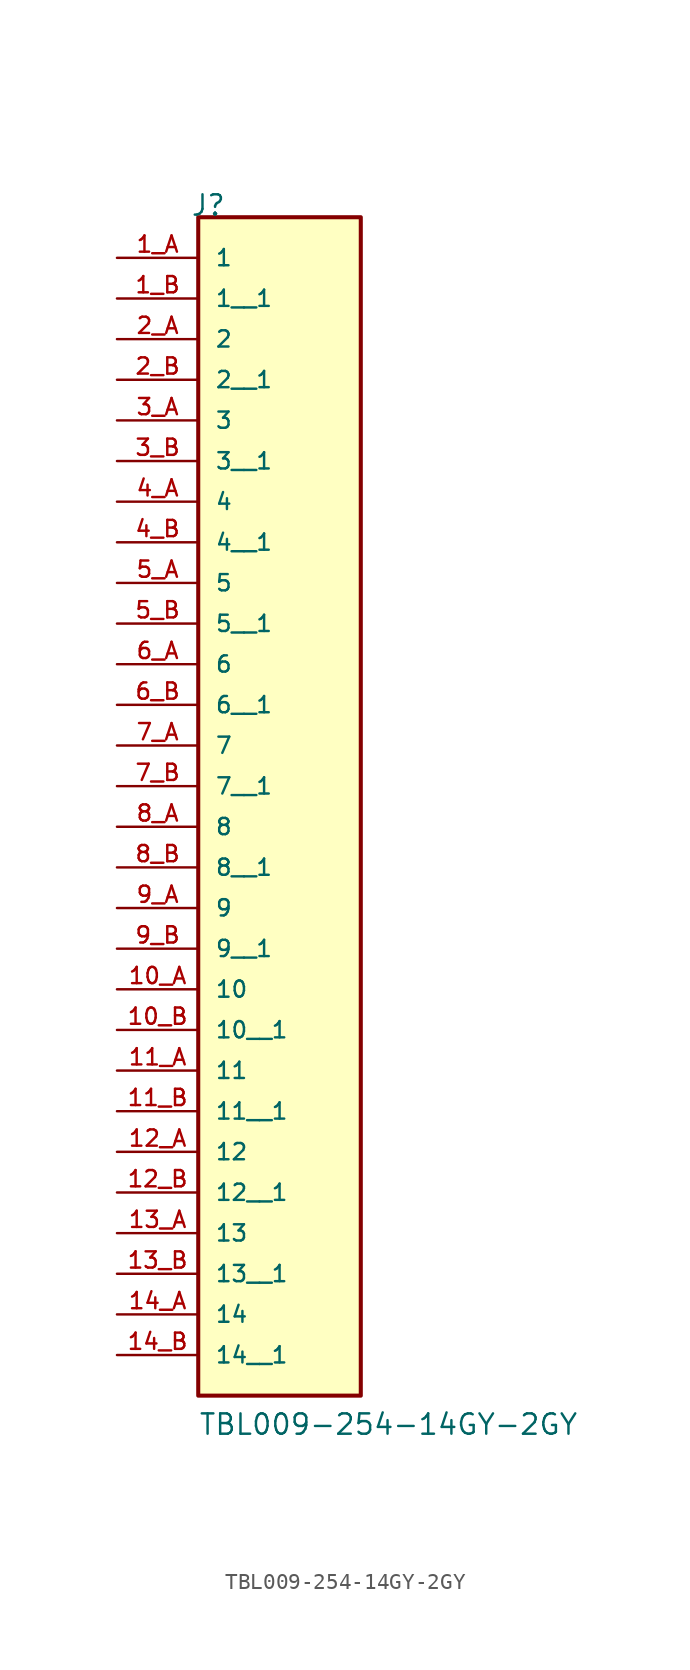
<source format=kicad_sym>
(kicad_symbol_lib
  (version 20211014)
  (generator kicad_symbol_editor)
  (symbol "TBL009-254-14GY-2GY"
    (pin_names
      (offset 1.016))
    (property "Reference" "J"
      (at -5.58 20.32 0)
      (effects (font (size 1.27 1.27)) (justify bottom left)))
    (property "Value" "TBL009-254-14GY-2GY"
      (at -5.08 -55.88 0)
      (effects (font (size 1.27 1.27)) (justify bottom left)))
    (symbol "TBL009-254-14GY-2GY_0_0"
      (rectangle (start -5.08 -53.34) (end 5.08 20.32) (stroke (width 0.254)) (fill (type background)))
      (pin passive line (at -10.16 17.78 0) (length 5.08) (name "1" (effects (font (size 1.016 1.016)))) (number "1_A" (effects (font (size 1.016 1.016)))))
      (pin passive line (at -10.16 12.7 0) (length 5.08) (name "2" (effects (font (size 1.016 1.016)))) (number "2_A" (effects (font (size 1.016 1.016)))))
      (pin passive line (at -10.16 7.62 0) (length 5.08) (name "3" (effects (font (size 1.016 1.016)))) (number "3_A" (effects (font (size 1.016 1.016)))))
      (pin passive line (at -10.16 2.54 0) (length 5.08) (name "4" (effects (font (size 1.016 1.016)))) (number "4_A" (effects (font (size 1.016 1.016)))))
      (pin passive line (at -10.16 -2.54 0) (length 5.08) (name "5" (effects (font (size 1.016 1.016)))) (number "5_A" (effects (font (size 1.016 1.016)))))
      (pin passive line (at -10.16 -7.62 0) (length 5.08) (name "6" (effects (font (size 1.016 1.016)))) (number "6_A" (effects (font (size 1.016 1.016)))))
      (pin passive line (at -10.16 -12.7 0) (length 5.08) (name "7" (effects (font (size 1.016 1.016)))) (number "7_A" (effects (font (size 1.016 1.016)))))
      (pin passive line (at -10.16 -17.78 0) (length 5.08) (name "8" (effects (font (size 1.016 1.016)))) (number "8_A" (effects (font (size 1.016 1.016)))))
      (pin passive line (at -10.16 -22.86 0) (length 5.08) (name "9" (effects (font (size 1.016 1.016)))) (number "9_A" (effects (font (size 1.016 1.016)))))
      (pin passive line (at -10.16 -27.94 0) (length 5.08) (name "10" (effects (font (size 1.016 1.016)))) (number "10_A" (effects (font (size 1.016 1.016)))))
      (pin passive line (at -10.16 -33.02 0) (length 5.08) (name "11" (effects (font (size 1.016 1.016)))) (number "11_A" (effects (font (size 1.016 1.016)))))
      (pin passive line (at -10.16 -38.1 0) (length 5.08) (name "12" (effects (font (size 1.016 1.016)))) (number "12_A" (effects (font (size 1.016 1.016)))))
      (pin passive line (at -10.16 -43.18 0) (length 5.08) (name "13" (effects (font (size 1.016 1.016)))) (number "13_A" (effects (font (size 1.016 1.016)))))
      (pin passive line (at -10.16 -48.26 0) (length 5.08) (name "14" (effects (font (size 1.016 1.016)))) (number "14_A" (effects (font (size 1.016 1.016)))))
      (pin passive line (at -10.16 15.24 0) (length 5.08) (name "1__1" (effects (font (size 1.016 1.016)))) (number "1_B" (effects (font (size 1.016 1.016)))))
      (pin passive line (at -10.16 10.16 0) (length 5.08) (name "2__1" (effects (font (size 1.016 1.016)))) (number "2_B" (effects (font (size 1.016 1.016)))))
      (pin passive line (at -10.16 5.08 0) (length 5.08) (name "3__1" (effects (font (size 1.016 1.016)))) (number "3_B" (effects (font (size 1.016 1.016)))))
      (pin passive line (at -10.16 0.0 0) (length 5.08) (name "4__1" (effects (font (size 1.016 1.016)))) (number "4_B" (effects (font (size 1.016 1.016)))))
      (pin passive line (at -10.16 -5.08 0) (length 5.08) (name "5__1" (effects (font (size 1.016 1.016)))) (number "5_B" (effects (font (size 1.016 1.016)))))
      (pin passive line (at -10.16 -10.16 0) (length 5.08) (name "6__1" (effects (font (size 1.016 1.016)))) (number "6_B" (effects (font (size 1.016 1.016)))))
      (pin passive line (at -10.16 -15.24 0) (length 5.08) (name "7__1" (effects (font (size 1.016 1.016)))) (number "7_B" (effects (font (size 1.016 1.016)))))
      (pin passive line (at -10.16 -20.32 0) (length 5.08) (name "8__1" (effects (font (size 1.016 1.016)))) (number "8_B" (effects (font (size 1.016 1.016)))))
      (pin passive line (at -10.16 -25.4 0) (length 5.08) (name "9__1" (effects (font (size 1.016 1.016)))) (number "9_B" (effects (font (size 1.016 1.016)))))
      (pin passive line (at -10.16 -30.48 0) (length 5.08) (name "10__1" (effects (font (size 1.016 1.016)))) (number "10_B" (effects (font (size 1.016 1.016)))))
      (pin passive line (at -10.16 -35.56 0) (length 5.08) (name "11__1" (effects (font (size 1.016 1.016)))) (number "11_B" (effects (font (size 1.016 1.016)))))
      (pin passive line (at -10.16 -40.64 0) (length 5.08) (name "12__1" (effects (font (size 1.016 1.016)))) (number "12_B" (effects (font (size 1.016 1.016)))))
      (pin passive line (at -10.16 -45.72 0) (length 5.08) (name "13__1" (effects (font (size 1.016 1.016)))) (number "13_B" (effects (font (size 1.016 1.016)))))
      (pin passive line (at -10.16 -50.8 0) (length 5.08) (name "14__1" (effects (font (size 1.016 1.016)))) (number "14_B" (effects (font (size 1.016 1.016))))))))
</source>
